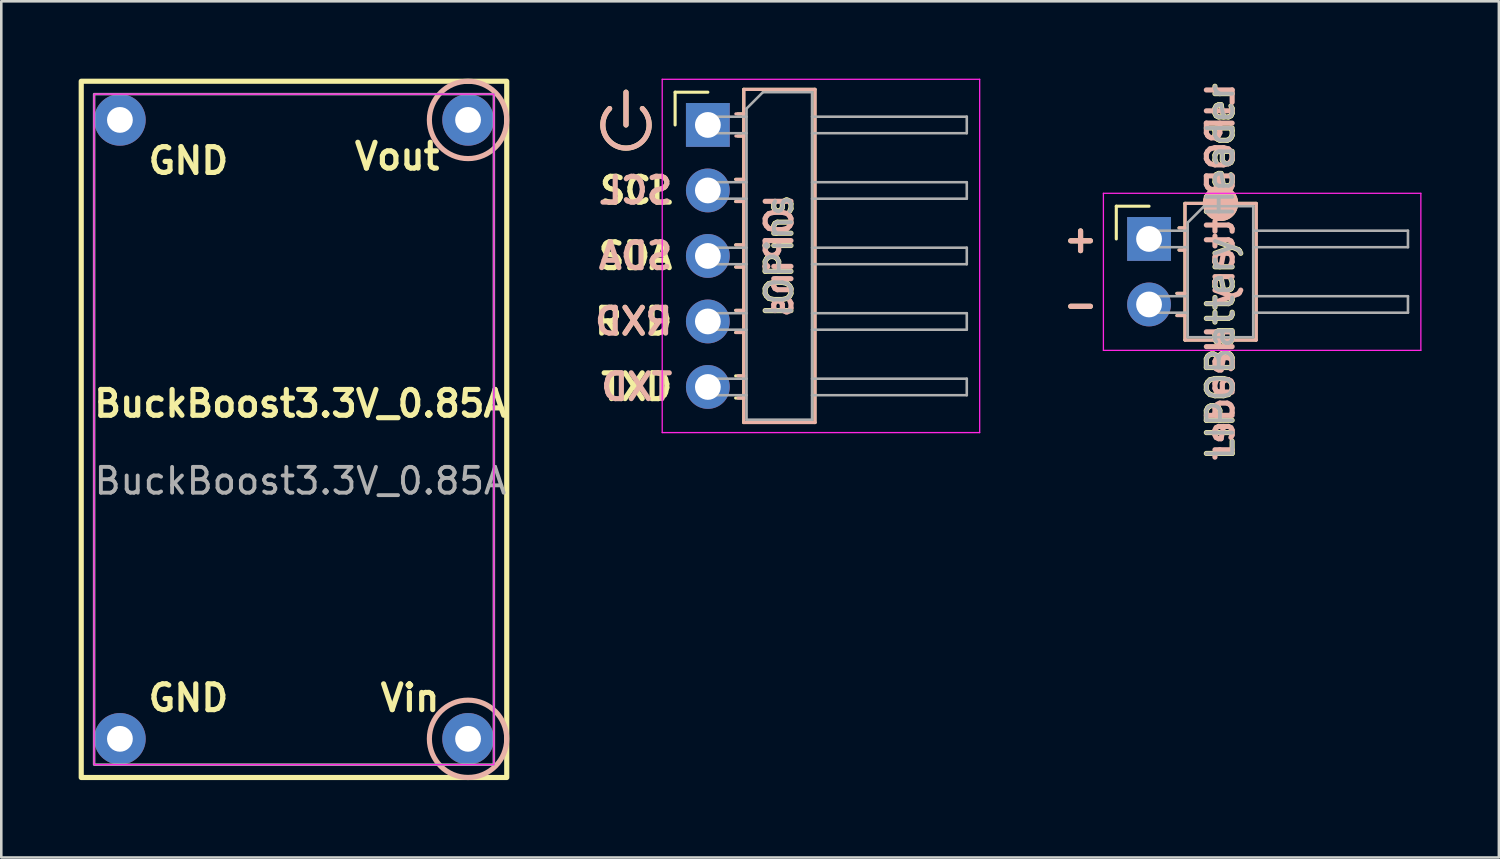
<source format=kicad_pcb>
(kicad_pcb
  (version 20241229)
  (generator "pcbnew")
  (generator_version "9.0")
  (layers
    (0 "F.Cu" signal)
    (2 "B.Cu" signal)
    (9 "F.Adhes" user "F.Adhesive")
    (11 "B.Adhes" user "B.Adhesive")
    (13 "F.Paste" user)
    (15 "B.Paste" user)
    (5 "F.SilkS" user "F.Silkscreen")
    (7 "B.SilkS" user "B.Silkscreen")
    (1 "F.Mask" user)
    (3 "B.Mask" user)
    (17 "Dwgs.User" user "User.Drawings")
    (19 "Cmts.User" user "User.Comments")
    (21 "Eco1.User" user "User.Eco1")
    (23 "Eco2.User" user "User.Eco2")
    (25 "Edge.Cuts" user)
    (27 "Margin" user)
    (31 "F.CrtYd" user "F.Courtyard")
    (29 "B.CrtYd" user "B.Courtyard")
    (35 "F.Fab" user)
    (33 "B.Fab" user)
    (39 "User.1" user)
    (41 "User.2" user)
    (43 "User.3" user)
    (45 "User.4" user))
  (footprint "LIPOBattery Header"
    (layer "F.Cu")
    (at 41.507 6.216)
    (property "Reference" "LIPOBattery Header" (at 2.77 1.27 90) (layer "F.SilkS") (effects (font (size 1 1) (thickness 0.2) (bold yes))))
    (attr through_hole)
    (fp_line (start -1.27 -1.27) (end 0 -1.27) (stroke (width 0.12) (type solid)) (layer "F.SilkS"))
    (fp_line (start -1.27 0) (end -1.27 -1.27) (stroke (width 0.12) (type solid)) (layer "F.SilkS"))
    (fp_line (start 1.077 2.11) (end 1.39 2.11) (stroke (width 0.12) (type solid)) (layer "F.SilkS"))
    (fp_line (start 1.077 2.97) (end 1.39 2.97) (stroke (width 0.12) (type solid)) (layer "F.SilkS"))
    (fp_line (start 1.16 -0.43) (end 1.39 -0.43) (stroke (width 0.12) (type solid)) (layer "F.SilkS"))
    (fp_line (start 1.16 0.43) (end 1.39 0.43) (stroke (width 0.12) (type solid)) (layer "F.SilkS"))
    (fp_line (start 1.39 -1.38) (end 1.39 3.92) (stroke (width 0.12) (type solid)) (layer "F.SilkS"))
    (fp_line (start 1.39 3.92) (end 4.15 3.92) (stroke (width 0.12) (type solid)) (layer "F.SilkS"))
    (fp_line (start 4.15 -1.38) (end 1.39 -1.38) (stroke (width 0.12) (type solid)) (layer "F.SilkS"))
    (fp_line (start 4.15 3.92) (end 4.15 -1.38) (stroke (width 0.12) (type solid)) (layer "F.SilkS"))
    (fp_circle (center 2.77 -1.38) (end 2.77 -0.745) (stroke (width 0.1) (type solid)) (fill yes) (layer "F.SilkS"))
    (fp_line (start 1.084 2.112) (end 1.397 2.112) (stroke (width 0.12) (type solid)) (layer "B.SilkS"))
    (fp_line (start 1.084 2.972) (end 1.397 2.972) (stroke (width 0.12) (type solid)) (layer "B.SilkS"))
    (fp_line (start 1.167 -0.428) (end 1.397 -0.428) (stroke (width 0.12) (type solid)) (layer "B.SilkS"))
    (fp_line (start 1.167 0.432) (end 1.397 0.432) (stroke (width 0.12) (type solid)) (layer "B.SilkS"))
    (fp_line (start 1.397 -1.378) (end 1.397 3.922) (stroke (width 0.12) (type solid)) (layer "B.SilkS"))
    (fp_line (start 1.397 3.922) (end 4.157 3.922) (stroke (width 0.12) (type solid)) (layer "B.SilkS"))
    (fp_line (start 4.157 -1.378) (end 1.397 -1.378) (stroke (width 0.12) (type solid)) (layer "B.SilkS"))
    (fp_line (start 4.157 3.922) (end 4.157 -1.378) (stroke (width 0.12) (type solid)) (layer "B.SilkS"))
    (fp_circle (center 2.77 -1.38) (end 2.77 -0.745) (stroke (width 0.1) (type solid)) (fill yes) (layer "B.SilkS"))
    (fp_line (start -1.77 -1.77) (end -1.77 4.32) (stroke (width 0.05) (type solid)) (layer "F.CrtYd"))
    (fp_line (start -1.77 4.32) (end 10.54 4.32) (stroke (width 0.05) (type solid)) (layer "F.CrtYd"))
    (fp_line (start 10.54 -1.77) (end -1.77 -1.77) (stroke (width 0.05) (type solid)) (layer "F.CrtYd"))
    (fp_line (start 10.54 4.32) (end 10.54 -1.77) (stroke (width 0.05) (type solid)) (layer "F.CrtYd"))
    (fp_line (start -0.32 -0.32) (end -0.32 0.32) (stroke (width 0.1) (type solid)) (layer "F.Fab"))
    (fp_line (start -0.32 -0.32) (end 1.5 -0.32) (stroke (width 0.1) (type solid)) (layer "F.Fab"))
    (fp_line (start -0.32 0.32) (end 1.5 0.32) (stroke (width 0.1) (type solid)) (layer "F.Fab"))
    (fp_line (start -0.32 2.22) (end -0.32 2.86) (stroke (width 0.1) (type solid)) (layer "F.Fab"))
    (fp_line (start -0.32 2.22) (end 1.5 2.22) (stroke (width 0.1) (type solid)) (layer "F.Fab"))
    (fp_line (start -0.32 2.86) (end 1.5 2.86) (stroke (width 0.1) (type solid)) (layer "F.Fab"))
    (fp_line (start 1.5 -0.635) (end 2.135 -1.27) (stroke (width 0.1) (type solid)) (layer "F.Fab"))
    (fp_line (start 1.5 3.81) (end 1.5 -0.635) (stroke (width 0.1) (type solid)) (layer "F.Fab"))
    (fp_line (start 2.135 -1.27) (end 4.04 -1.27) (stroke (width 0.1) (type solid)) (layer "F.Fab"))
    (fp_line (start 4.04 -1.27) (end 4.04 3.81) (stroke (width 0.1) (type solid)) (layer "F.Fab"))
    (fp_line (start 4.04 -0.32) (end 10.04 -0.32) (stroke (width 0.1) (type solid)) (layer "F.Fab"))
    (fp_line (start 4.04 0.32) (end 10.04 0.32) (stroke (width 0.1) (type solid)) (layer "F.Fab"))
    (fp_line (start 4.04 2.22) (end 10.04 2.22) (stroke (width 0.1) (type solid)) (layer "F.Fab"))
    (fp_line (start 4.04 2.86) (end 10.04 2.86) (stroke (width 0.1) (type solid)) (layer "F.Fab"))
    (fp_line (start 4.04 3.81) (end 1.5 3.81) (stroke (width 0.1) (type solid)) (layer "F.Fab"))
    (fp_line (start 10.04 -0.32) (end 10.04 0.32) (stroke (width 0.1) (type solid)) (layer "F.Fab"))
    (fp_line (start 10.04 2.22) (end 10.04 2.86) (stroke (width 0.1) (type solid)) (layer "F.Fab"))
    (fp_text user "-" (at -1.905 2.54 0) (unlocked yes) (layer "F.SilkS") (effects (font (size 1 1) (thickness 0.2) (bold yes)) (justify right)))
    (fp_text user "+" (at -1.905 0 0) (unlocked yes) (layer "F.SilkS") (effects (font (size 1 1) (thickness 0.2) (bold yes)) (justify right)))
    (fp_text user "-" (at -1.905 2.54 0) (unlocked yes) (layer "B.SilkS") (effects (font (size 1 1) (thickness 0.2) (bold yes)) (justify left mirror)))
    (fp_text user "${REFERENCE}" (at 2.77 1.27 90) (unlocked yes) (layer "B.SilkS") (effects (font (size 1 1) (thickness 0.2) (bold yes)) (justify mirror)))
    (fp_text user "+" (at -1.905 0 0) (unlocked yes) (layer "B.SilkS") (effects (font (size 1 1) (thickness 0.2) (bold yes)) (justify left mirror)))
    (fp_text user "${REFERENCE}" (at 2.77 1.27 90) (layer "F.Fab") (effects (font (size 1 1) (thickness 0.15))))
    (pad "1" thru_hole circle (at 0 2.54) (size 1.7 1.7) (drill 1) (layers "*.Cu" "*.Mask"))
    (pad "2" thru_hole rect (at 0 0) (size 1.7 1.7) (drill 1) (layers "*.Cu" "*.Mask")))
  (footprint "BuckBoost3.3V_0.85A"
    (layer "F.Cu")
    (at 8.6 13.1)
    (property "Reference" "BuckBoost3.3V_0.85A" (at 0 -0.5 0) (unlocked yes) (layer "F.SilkS") (effects (font (size 1 1) (thickness 0.2) (bold yes))))
    (attr through_hole)
    (fp_rect (start -8.5 -13) (end 8 14) (stroke (width 0.2) (type default)) (fill no) (layer "F.SilkS"))
    (fp_circle (center 6.5 -11.5) (end 8 -11.5) (stroke (width 0.2) (type default)) (fill no) (layer "B.SilkS"))
    (fp_circle (center 6.5 12.5) (end 8 12.5) (stroke (width 0.2) (type default)) (fill no) (layer "B.SilkS"))
    (fp_rect (start -8 -12.5) (end 7.5 13.5) (stroke (width 0.05) (type default)) (fill no) (layer "F.CrtYd"))
    (fp_rect (start -8 -12.5) (end 7.5 13.5) (stroke (width 0.1) (type default)) (fill no) (layer "F.Fab"))
    (fp_text user "Vout" (at 5.5 -9.5 0) (unlocked yes) (layer "F.SilkS") (effects (font (size 1 1) (thickness 0.2) (bold yes)) (justify right bottom)))
    (fp_text user "GND" (at -6 -10.5 0) (unlocked yes) (layer "F.SilkS") (effects (font (size 1 1) (thickness 0.2) (bold yes)) (justify left top)))
    (fp_text user "GND" (at -6 11.5 0) (unlocked yes) (layer "F.SilkS") (effects (font (size 1 1) (thickness 0.2) (bold yes)) (justify left bottom)))
    (fp_text user "Vin" (at 5.5 11.5 0) (unlocked yes) (layer "F.SilkS") (effects (font (size 1 1) (thickness 0.2) (bold yes)) (justify right bottom)))
    (fp_text user "${REFERENCE}" (at 0 2.5 0) (unlocked yes) (layer "F.Fab") (effects (font (size 1 1) (thickness 0.15))))
    (pad "1" thru_hole circle (at -7 -11.5) (size 2 2) (drill 1) (layers "*.Cu" "*.Mask"))
    (pad "1" thru_hole circle (at -7 12.5) (size 2 2) (drill 1) (layers "*.Cu" "*.Mask"))
    (pad "2" thru_hole circle (at 6.5 12.5) (size 2 2) (drill 1) (layers "*.Cu" "*.Mask"))
    (pad "3" thru_hole circle (at 6.5 -11.5) (size 2 2) (drill 1) (layers "*.Cu" "*.Mask")))
  (footprint "IOPins"
    (layer "F.Cu")
    (at 24.399 1.795)
    (property "Reference" "IOPins" (at 2.77 5.08 90) (layer "F.SilkS") (effects (font (size 1 1) (thickness 0.2) (bold yes))))
    (attr through_hole)
    (fp_line (start -3.175 0) (end -3.175 -1.27) (stroke (width 0.2) (type solid)) (layer "F.SilkS"))
    (fp_line (start -1.27 -1.27) (end 0 -1.27) (stroke (width 0.12) (type solid)) (layer "F.SilkS"))
    (fp_line (start -1.27 0) (end -1.27 -1.27) (stroke (width 0.12) (type solid)) (layer "F.SilkS"))
    (fp_line (start 1.077 2.11) (end 1.39 2.11) (stroke (width 0.12) (type solid)) (layer "F.SilkS"))
    (fp_line (start 1.077 2.97) (end 1.39 2.97) (stroke (width 0.12) (type solid)) (layer "F.SilkS"))
    (fp_line (start 1.077 4.65) (end 1.39 4.65) (stroke (width 0.12) (type solid)) (layer "F.SilkS"))
    (fp_line (start 1.077 5.51) (end 1.39 5.51) (stroke (width 0.12) (type solid)) (layer "F.SilkS"))
    (fp_line (start 1.077 7.19) (end 1.39 7.19) (stroke (width 0.12) (type solid)) (layer "F.SilkS"))
    (fp_line (start 1.077 8.05) (end 1.39 8.05) (stroke (width 0.12) (type solid)) (layer "F.SilkS"))
    (fp_line (start 1.077 9.73) (end 1.39 9.73) (stroke (width 0.12) (type solid)) (layer "F.SilkS"))
    (fp_line (start 1.077 10.59) (end 1.39 10.59) (stroke (width 0.12) (type solid)) (layer "F.SilkS"))
    (fp_line (start 1.16 -0.43) (end 1.39 -0.43) (stroke (width 0.12) (type solid)) (layer "F.SilkS"))
    (fp_line (start 1.16 0.43) (end 1.39 0.43) (stroke (width 0.12) (type solid)) (layer "F.SilkS"))
    (fp_line (start 1.39 -1.38) (end 1.39 11.54) (stroke (width 0.12) (type solid)) (layer "F.SilkS"))
    (fp_line (start 1.39 11.54) (end 4.15 11.54) (stroke (width 0.12) (type solid)) (layer "F.SilkS"))
    (fp_line (start 4.15 -1.38) (end 1.39 -1.38) (stroke (width 0.12) (type solid)) (layer "F.SilkS"))
    (fp_line (start 4.15 11.54) (end 4.15 -1.38) (stroke (width 0.12) (type solid)) (layer "F.SilkS"))
    (fp_arc (start -2.54 -0.635) (mid -3.175 0.898026) (end -3.81 -0.635) (stroke (width 0.2) (type solid)) (layer "F.SilkS"))
    (fp_line (start -3.175 0) (end -3.175 -1.27) (stroke (width 0.2) (type solid)) (layer "B.SilkS"))
    (fp_line (start 1.084 -0.43) (end 1.397 -0.43) (stroke (width 0.12) (type solid)) (layer "B.SilkS"))
    (fp_line (start 1.084 0.43) (end 1.397 0.43) (stroke (width 0.12) (type solid)) (layer "B.SilkS"))
    (fp_line (start 1.084 2.11) (end 1.397 2.11) (stroke (width 0.12) (type solid)) (layer "B.SilkS"))
    (fp_line (start 1.084 2.97) (end 1.397 2.97) (stroke (width 0.12) (type solid)) (layer "B.SilkS"))
    (fp_line (start 1.084 4.65) (end 1.397 4.65) (stroke (width 0.12) (type solid)) (layer "B.SilkS"))
    (fp_line (start 1.084 5.51) (end 1.397 5.51) (stroke (width 0.12) (type solid)) (layer "B.SilkS"))
    (fp_line (start 1.084 7.19) (end 1.397 7.19) (stroke (width 0.12) (type solid)) (layer "B.SilkS"))
    (fp_line (start 1.084 8.05) (end 1.397 8.05) (stroke (width 0.12) (type solid)) (layer "B.SilkS"))
    (fp_line (start 1.167 9.73) (end 1.397 9.73) (stroke (width 0.12) (type solid)) (layer "B.SilkS"))
    (fp_line (start 1.167 10.59) (end 1.397 10.59) (stroke (width 0.12) (type solid)) (layer "B.SilkS"))
    (fp_line (start 1.397 -1.38) (end 4.157 -1.38) (stroke (width 0.12) (type solid)) (layer "B.SilkS"))
    (fp_line (start 1.397 11.54) (end 1.397 -1.38) (stroke (width 0.12) (type solid)) (layer "B.SilkS"))
    (fp_line (start 4.157 -1.38) (end 4.157 11.54) (stroke (width 0.12) (type solid)) (layer "B.SilkS"))
    (fp_line (start 4.157 11.54) (end 1.397 11.54) (stroke (width 0.12) (type solid)) (layer "B.SilkS"))
    (fp_arc (start -2.54 -0.635) (mid -3.175 0.898026) (end -3.81 -0.635) (stroke (width 0.2) (type solid)) (layer "B.SilkS"))
    (fp_line (start -1.77 -1.77) (end -1.77 11.93) (stroke (width 0.05) (type solid)) (layer "F.CrtYd"))
    (fp_line (start -1.77 11.93) (end 10.54 11.93) (stroke (width 0.05) (type solid)) (layer "F.CrtYd"))
    (fp_line (start 10.54 -1.77) (end -1.77 -1.77) (stroke (width 0.05) (type solid)) (layer "F.CrtYd"))
    (fp_line (start 10.54 11.93) (end 10.54 -1.77) (stroke (width 0.05) (type solid)) (layer "F.CrtYd"))
    (fp_line (start -0.32 -0.32) (end -0.32 0.32) (stroke (width 0.1) (type solid)) (layer "F.Fab"))
    (fp_line (start -0.32 -0.32) (end 1.5 -0.32) (stroke (width 0.1) (type solid)) (layer "F.Fab"))
    (fp_line (start -0.32 0.32) (end 1.5 0.32) (stroke (width 0.1) (type solid)) (layer "F.Fab"))
    (fp_line (start -0.32 2.22) (end -0.32 2.86) (stroke (width 0.1) (type solid)) (layer "F.Fab"))
    (fp_line (start -0.32 2.22) (end 1.5 2.22) (stroke (width 0.1) (type solid)) (layer "F.Fab"))
    (fp_line (start -0.32 2.86) (end 1.5 2.86) (stroke (width 0.1) (type solid)) (layer "F.Fab"))
    (fp_line (start -0.32 4.76) (end -0.32 5.4) (stroke (width 0.1) (type solid)) (layer "F.Fab"))
    (fp_line (start -0.32 4.76) (end 1.5 4.76) (stroke (width 0.1) (type solid)) (layer "F.Fab"))
    (fp_line (start -0.32 5.4) (end 1.5 5.4) (stroke (width 0.1) (type solid)) (layer "F.Fab"))
    (fp_line (start -0.32 7.3) (end -0.32 7.94) (stroke (width 0.1) (type solid)) (layer "F.Fab"))
    (fp_line (start -0.32 7.3) (end 1.5 7.3) (stroke (width 0.1) (type solid)) (layer "F.Fab"))
    (fp_line (start -0.32 7.94) (end 1.5 7.94) (stroke (width 0.1) (type solid)) (layer "F.Fab"))
    (fp_line (start -0.32 9.84) (end -0.32 10.48) (stroke (width 0.1) (type solid)) (layer "F.Fab"))
    (fp_line (start -0.32 9.84) (end 1.5 9.84) (stroke (width 0.1) (type solid)) (layer "F.Fab"))
    (fp_line (start -0.32 10.48) (end 1.5 10.48) (stroke (width 0.1) (type solid)) (layer "F.Fab"))
    (fp_line (start 1.5 -0.635) (end 2.135 -1.27) (stroke (width 0.1) (type solid)) (layer "F.Fab"))
    (fp_line (start 1.5 11.43) (end 1.5 -0.635) (stroke (width 0.1) (type solid)) (layer "F.Fab"))
    (fp_line (start 2.135 -1.27) (end 4.04 -1.27) (stroke (width 0.1) (type solid)) (layer "F.Fab"))
    (fp_line (start 4.04 -1.27) (end 4.04 11.43) (stroke (width 0.1) (type solid)) (layer "F.Fab"))
    (fp_line (start 4.04 -0.32) (end 10.04 -0.32) (stroke (width 0.1) (type solid)) (layer "F.Fab"))
    (fp_line (start 4.04 0.32) (end 10.04 0.32) (stroke (width 0.1) (type solid)) (layer "F.Fab"))
    (fp_line (start 4.04 2.22) (end 10.04 2.22) (stroke (width 0.1) (type solid)) (layer "F.Fab"))
    (fp_line (start 4.04 2.86) (end 10.04 2.86) (stroke (width 0.1) (type solid)) (layer "F.Fab"))
    (fp_line (start 4.04 4.76) (end 10.04 4.76) (stroke (width 0.1) (type solid)) (layer "F.Fab"))
    (fp_line (start 4.04 5.4) (end 10.04 5.4) (stroke (width 0.1) (type solid)) (layer "F.Fab"))
    (fp_line (start 4.04 7.3) (end 10.04 7.3) (stroke (width 0.1) (type solid)) (layer "F.Fab"))
    (fp_line (start 4.04 7.94) (end 10.04 7.94) (stroke (width 0.1) (type solid)) (layer "F.Fab"))
    (fp_line (start 4.04 9.84) (end 10.04 9.84) (stroke (width 0.1) (type solid)) (layer "F.Fab"))
    (fp_line (start 4.04 10.48) (end 10.04 10.48) (stroke (width 0.1) (type solid)) (layer "F.Fab"))
    (fp_line (start 4.04 11.43) (end 1.5 11.43) (stroke (width 0.1) (type solid)) (layer "F.Fab"))
    (fp_line (start 10.04 -0.32) (end 10.04 0.32) (stroke (width 0.1) (type solid)) (layer "F.Fab"))
    (fp_line (start 10.04 2.22) (end 10.04 2.86) (stroke (width 0.1) (type solid)) (layer "F.Fab"))
    (fp_line (start 10.04 4.76) (end 10.04 5.4) (stroke (width 0.1) (type solid)) (layer "F.Fab"))
    (fp_line (start 10.04 7.3) (end 10.04 7.94) (stroke (width 0.1) (type solid)) (layer "F.Fab"))
    (fp_line (start 10.04 9.84) (end 10.04 10.48) (stroke (width 0.1) (type solid)) (layer "F.Fab"))
    (fp_text user "SCL" (at -1.27 2.54 0) (unlocked yes) (layer "F.SilkS") (effects (font (size 1 1) (thickness 0.2) (bold yes)) (justify right)))
    (fp_text user "SDA" (at -1.27 5.08 0) (unlocked yes) (layer "F.SilkS") (effects (font (size 1 1) (thickness 0.2) (bold yes)) (justify right)))
    (fp_text user "RXD" (at -1.27 7.62 0) (unlocked yes) (layer "F.SilkS") (effects (font (size 1 1) (thickness 0.2) (bold yes)) (justify right)))
    (fp_text user "TXD" (at -1.27 10.16 0) (unlocked yes) (layer "F.SilkS") (effects (font (size 1 1) (thickness 0.2) (bold yes)) (justify right)))
    (fp_text user "TXD" (at -1.27 10.16 0) (unlocked yes) (layer "B.SilkS") (effects (font (size 1 1) (thickness 0.2) (bold yes)) (justify left mirror)))
    (fp_text user "${REFERENCE}" (at 2.77 5.08 90) (layer "B.SilkS") (effects (font (size 1 1) (thickness 0.2) (bold yes)) (justify mirror)))
    (fp_text user "SCL" (at -1.27 2.54 0) (unlocked yes) (layer "B.SilkS") (effects (font (size 1 1) (thickness 0.2) (bold yes)) (justify left mirror)))
    (fp_text user "SDA" (at -1.27 5.08 0) (unlocked yes) (layer "B.SilkS") (effects (font (size 1 1) (thickness 0.2) (bold yes)) (justify left mirror)))
    (fp_text user "RXD" (at -1.27 7.62 0) (unlocked yes) (layer "B.SilkS") (effects (font (size 1 1) (thickness 0.2) (bold yes)) (justify left mirror)))
    (fp_text user "${REFERENCE}" (at 2.77 5.08 90) (layer "F.Fab") (effects (font (size 1 1) (thickness 0.15))))
    (pad "1" thru_hole rect (at 0 0) (size 1.7 1.7) (drill 1) (layers "*.Cu" "*.Mask"))
    (pad "2" thru_hole circle (at 0 2.54) (size 1.7 1.7) (drill 1) (layers "*.Cu" "*.Mask"))
    (pad "3" thru_hole circle (at 0 5.08) (size 1.7 1.7) (drill 1) (layers "*.Cu" "*.Mask"))
    (pad "4" thru_hole circle (at 0 7.62) (size 1.7 1.7) (drill 1) (layers "*.Cu" "*.Mask"))
    (pad "5" thru_hole circle (at 0 10.16) (size 1.7 1.7) (drill 1) (layers "*.Cu" "*.Mask")))
  (gr_rect
    (start -3 -3)
    (end 55.072 30.2)
    (stroke (width 0.1) (type default))
    (fill no)
    (layer "Edge.Cuts")))
</source>
